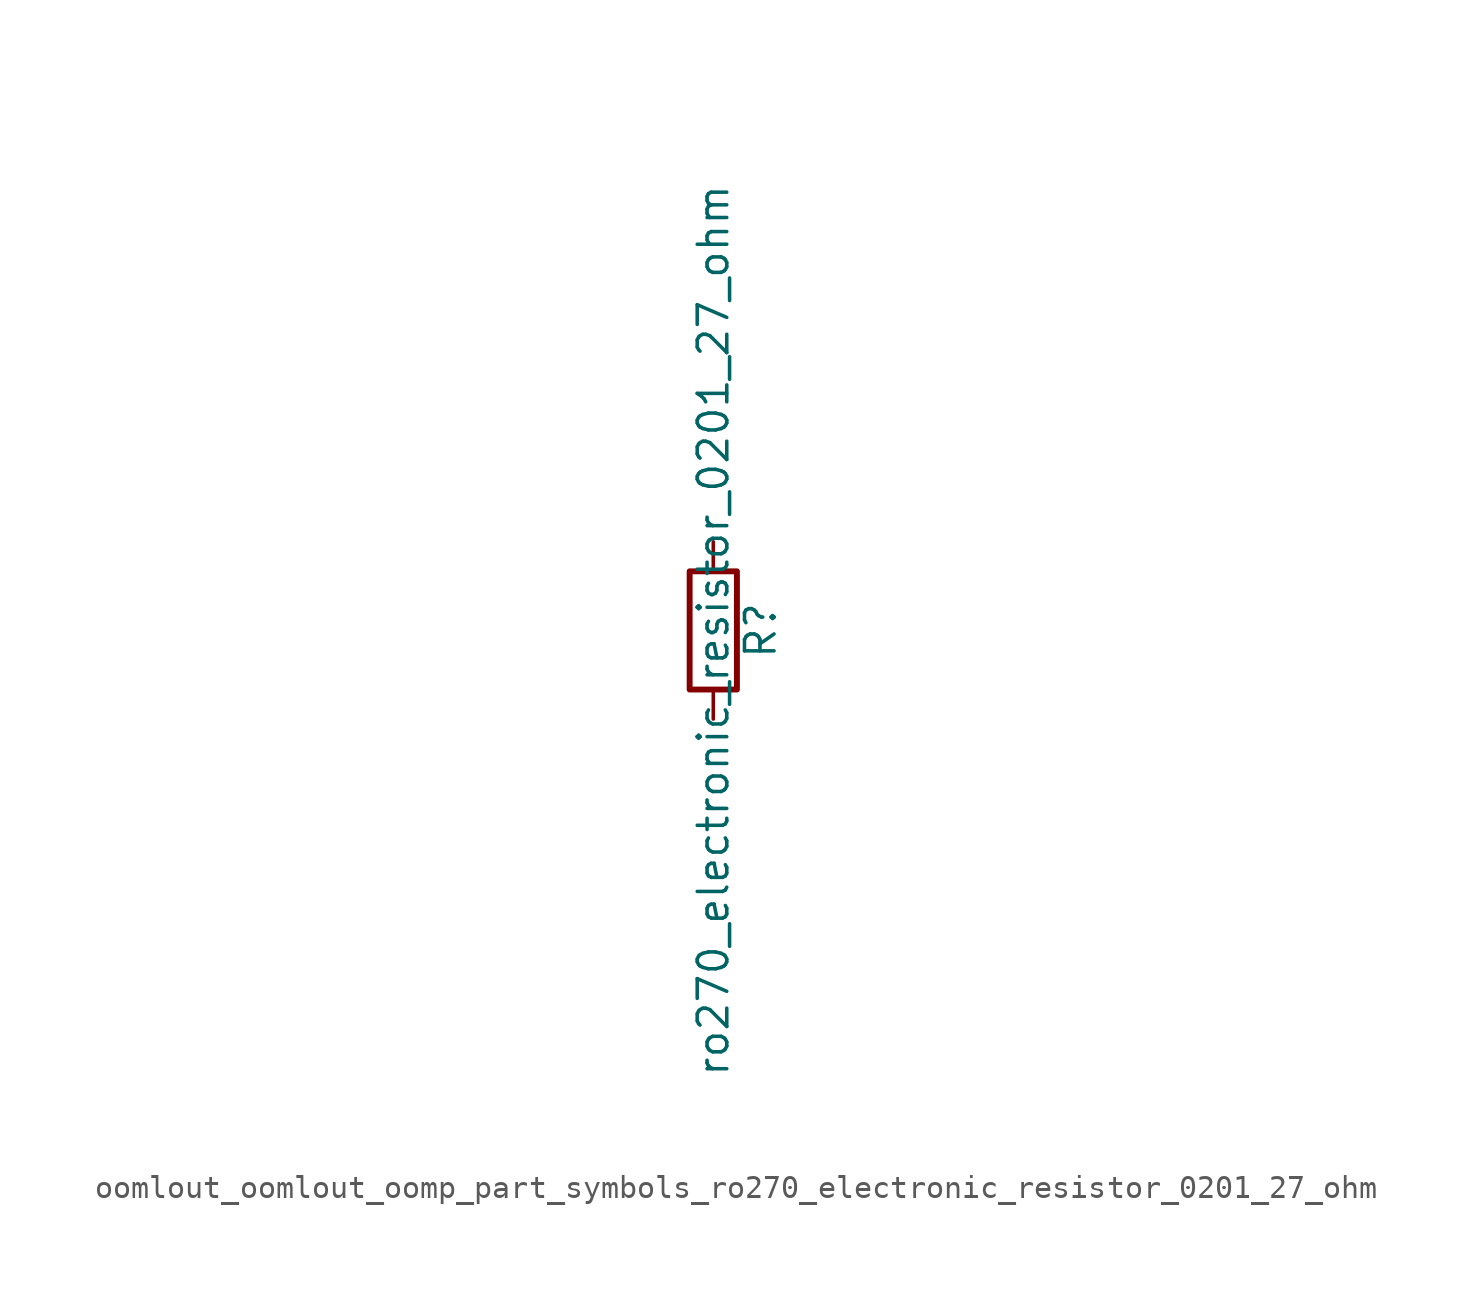
<source format=kicad_sym>
(kicad_symbol_lib
  (version 20220914)
  (generator kicad_symbol_editor)
  (symbol "oomlout_oomlout_oomp_part_symbols_ro270_electronic_resistor_0201_27_ohm"
    (pin_numbers hide)
    (pin_names
      (offset 0))
    (property "Reference" "R"
      (at 2.032 0 90)
      (effects (font (size 1.27 1.27))))
    (property "Value" "ro270_electronic_resistor_0201_27_ohm"
      (at 0 0 90)
      (effects (font (size 1.27 1.27))))
    (symbol "oomlout_oomlout_oomp_part_symbols_ro270_electronic_resistor_0201_27_ohm_0_1"
      (rectangle (start -1.016 -2.54) (end 1.016 2.54) (stroke (width 0.254) (type default)) (fill (type none))))
    (symbol "oomlout_oomlout_oomp_part_symbols_ro270_electronic_resistor_0201_27_ohm_1_1"
      (pin passive line (at 0 3.81 270) (length 1.27) (name "~" (effects (font (size 1.27 1.27)))) (number "1" (effects (font (size 1.27 1.27)))))
      (pin passive line (at 0 -3.81 90) (length 1.27) (name "~" (effects (font (size 1.27 1.27)))) (number "2" (effects (font (size 1.27 1.27))))))))
</source>
